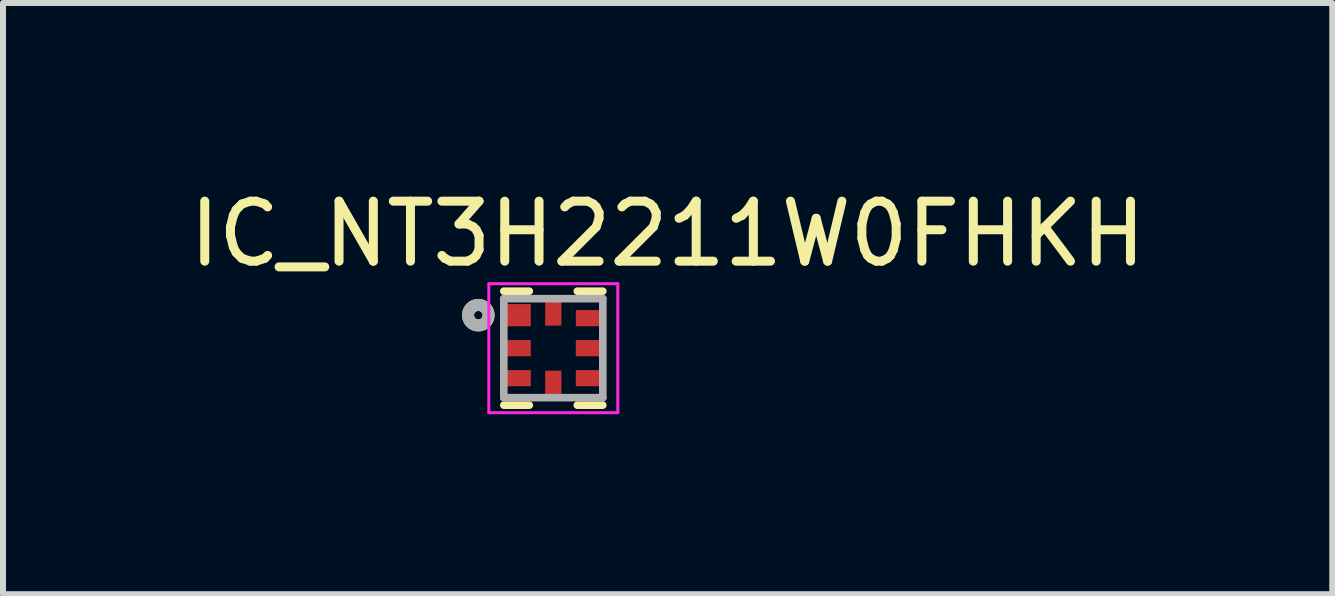
<source format=kicad_pcb>
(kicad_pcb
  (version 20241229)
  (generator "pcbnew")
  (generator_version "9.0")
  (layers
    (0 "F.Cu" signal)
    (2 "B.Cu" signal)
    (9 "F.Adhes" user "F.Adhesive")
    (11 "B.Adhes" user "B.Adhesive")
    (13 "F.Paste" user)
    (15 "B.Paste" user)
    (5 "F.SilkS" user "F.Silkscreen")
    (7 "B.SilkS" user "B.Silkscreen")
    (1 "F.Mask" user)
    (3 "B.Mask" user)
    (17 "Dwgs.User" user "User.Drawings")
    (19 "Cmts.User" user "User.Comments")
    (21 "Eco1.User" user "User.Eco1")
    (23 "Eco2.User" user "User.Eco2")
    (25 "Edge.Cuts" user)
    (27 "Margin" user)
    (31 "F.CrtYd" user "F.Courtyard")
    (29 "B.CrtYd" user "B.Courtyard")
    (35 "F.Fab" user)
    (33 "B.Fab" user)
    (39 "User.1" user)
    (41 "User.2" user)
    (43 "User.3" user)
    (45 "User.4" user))
  (footprint "IC_NT3H2211W0FHKH"
    (layer "F.Cu")
    (at 6.172 2.753)
    (property "Reference" "IC_NT3H2211W0FHKH" (at 1.905 -1.905 0) (layer "F.SilkS") (effects (font (size 1 1) (thickness 0.15))))
    (attr smd)
    (fp_line (start -0.825 -0.95) (end -0.4 -0.95) (stroke (width 0.127) (type solid)) (layer "F.SilkS"))
    (fp_line (start -0.825 0.95) (end -0.4 0.95) (stroke (width 0.127) (type solid)) (layer "F.SilkS"))
    (fp_line (start 0.825 -0.95) (end 0.4 -0.95) (stroke (width 0.127) (type solid)) (layer "F.SilkS"))
    (fp_line (start 0.825 0.95) (end 0.4 0.95) (stroke (width 0.127) (type solid)) (layer "F.SilkS"))
    (fp_circle (center -1.25 -0.55) (end -1.179 -0.55) (stroke (width 0.2) (type solid)) (fill no) (layer "F.SilkS"))
    (fp_poly (pts (xy -0.8 -0.71) (xy -0.4 -0.71) (xy -0.4 -0.39) (xy -0.8 -0.39)) (stroke (width 0.01) (type solid)) (fill yes) (layer "F.Paste"))
    (fp_poly (pts (xy -0.8 -0.11) (xy -0.4 -0.11) (xy -0.4 0.11) (xy -0.8 0.11)) (stroke (width 0.01) (type solid)) (fill yes) (layer "F.Paste"))
    (fp_poly (pts (xy -0.8 0.39) (xy -0.4 0.39) (xy -0.4 0.61) (xy -0.8 0.61)) (stroke (width 0.01) (type solid)) (fill yes) (layer "F.Paste"))
    (fp_poly (pts (xy -0.2 -0.71) (xy 0.2 -0.71) (xy 0.2 -0.49) (xy -0.2 -0.49)) (stroke (width 0.01) (type solid)) (fill yes) (layer "F.Paste"))
    (fp_poly (pts (xy -0.2 0.49) (xy 0.2 0.49) (xy 0.2 0.71) (xy -0.2 0.71)) (stroke (width 0.01) (type solid)) (fill yes) (layer "F.Paste"))
    (fp_poly (pts (xy 0.4 -0.61) (xy 0.8 -0.61) (xy 0.8 -0.39) (xy 0.4 -0.39)) (stroke (width 0.01) (type solid)) (fill yes) (layer "F.Paste"))
    (fp_poly (pts (xy 0.4 -0.11) (xy 0.8 -0.11) (xy 0.8 0.11) (xy 0.4 0.11)) (stroke (width 0.01) (type solid)) (fill yes) (layer "F.Paste"))
    (fp_poly (pts (xy 0.4 0.39) (xy 0.8 0.39) (xy 0.8 0.61) (xy 0.4 0.61)) (stroke (width 0.01) (type solid)) (fill yes) (layer "F.Paste"))
    (fp_line (start -1.075 -1.075) (end 1.075 -1.075) (stroke (width 0.05) (type solid)) (layer "F.CrtYd"))
    (fp_line (start -1.075 1.075) (end -1.075 -1.075) (stroke (width 0.05) (type solid)) (layer "F.CrtYd"))
    (fp_line (start 1.075 -1.075) (end 1.075 1.075) (stroke (width 0.05) (type solid)) (layer "F.CrtYd"))
    (fp_line (start 1.075 1.075) (end -1.075 1.075) (stroke (width 0.05) (type solid)) (layer "F.CrtYd"))
    (fp_line (start -0.825 -0.825) (end 0.825 -0.825) (stroke (width 0.127) (type solid)) (layer "F.Fab"))
    (fp_line (start -0.825 0.825) (end -0.825 -0.825) (stroke (width 0.127) (type solid)) (layer "F.Fab"))
    (fp_line (start 0.825 -0.825) (end 0.825 0.825) (stroke (width 0.127) (type solid)) (layer "F.Fab"))
    (fp_line (start 0.825 0.825) (end -0.825 0.825) (stroke (width 0.127) (type solid)) (layer "F.Fab"))
    (fp_circle (center -1.25 -0.55) (end -1.179 -0.55) (stroke (width 0.2) (type solid)) (fill no) (layer "F.Fab"))
    (pad "1" smd rect (at -0.6 -0.55) (size 0.45 0.37) (layers "F.Cu" "F.Mask"))
    (pad "2" smd rect (at -0.6 0) (size 0.45 0.27) (layers "F.Cu" "F.Mask"))
    (pad "3" smd rect (at -0.6 0.5) (size 0.45 0.27) (layers "F.Cu" "F.Mask"))
    (pad "4" smd rect (at 0 0.6) (size 0.27 0.45) (layers "F.Cu" "F.Mask"))
    (pad "5" smd rect (at 0.6 0.5) (size 0.45 0.27) (layers "F.Cu" "F.Mask"))
    (pad "6" smd rect (at 0.6 0) (size 0.45 0.27) (layers "F.Cu" "F.Mask"))
    (pad "7" smd rect (at 0.6 -0.5) (size 0.45 0.27) (layers "F.Cu" "F.Mask"))
    (pad "8" smd rect (at 0 -0.6) (size 0.27 0.45) (layers "F.Cu" "F.Mask"))
    (zone (net_name "") (layer "F.Cu") (hatch full 0.508) (connect_pads) (min_thickness 0.01) (filled_areas_thickness no) (keepout (tracks not_allowed) (vias not_allowed) (pads not_allowed) (copperpour not_allowed) (footprints allowed)) (placement (enabled no)) (fill) (polygon (pts (xy 5.922 2.503) (xy 6.422 2.503) (xy 6.422 3.003) (xy 5.922 3.003)))))
  (gr_rect
    (start -3 -3)
    (end 19.155 6.853)
    (stroke (width 0.1) (type default))
    (fill no)
    (layer "Edge.Cuts")))
</source>
